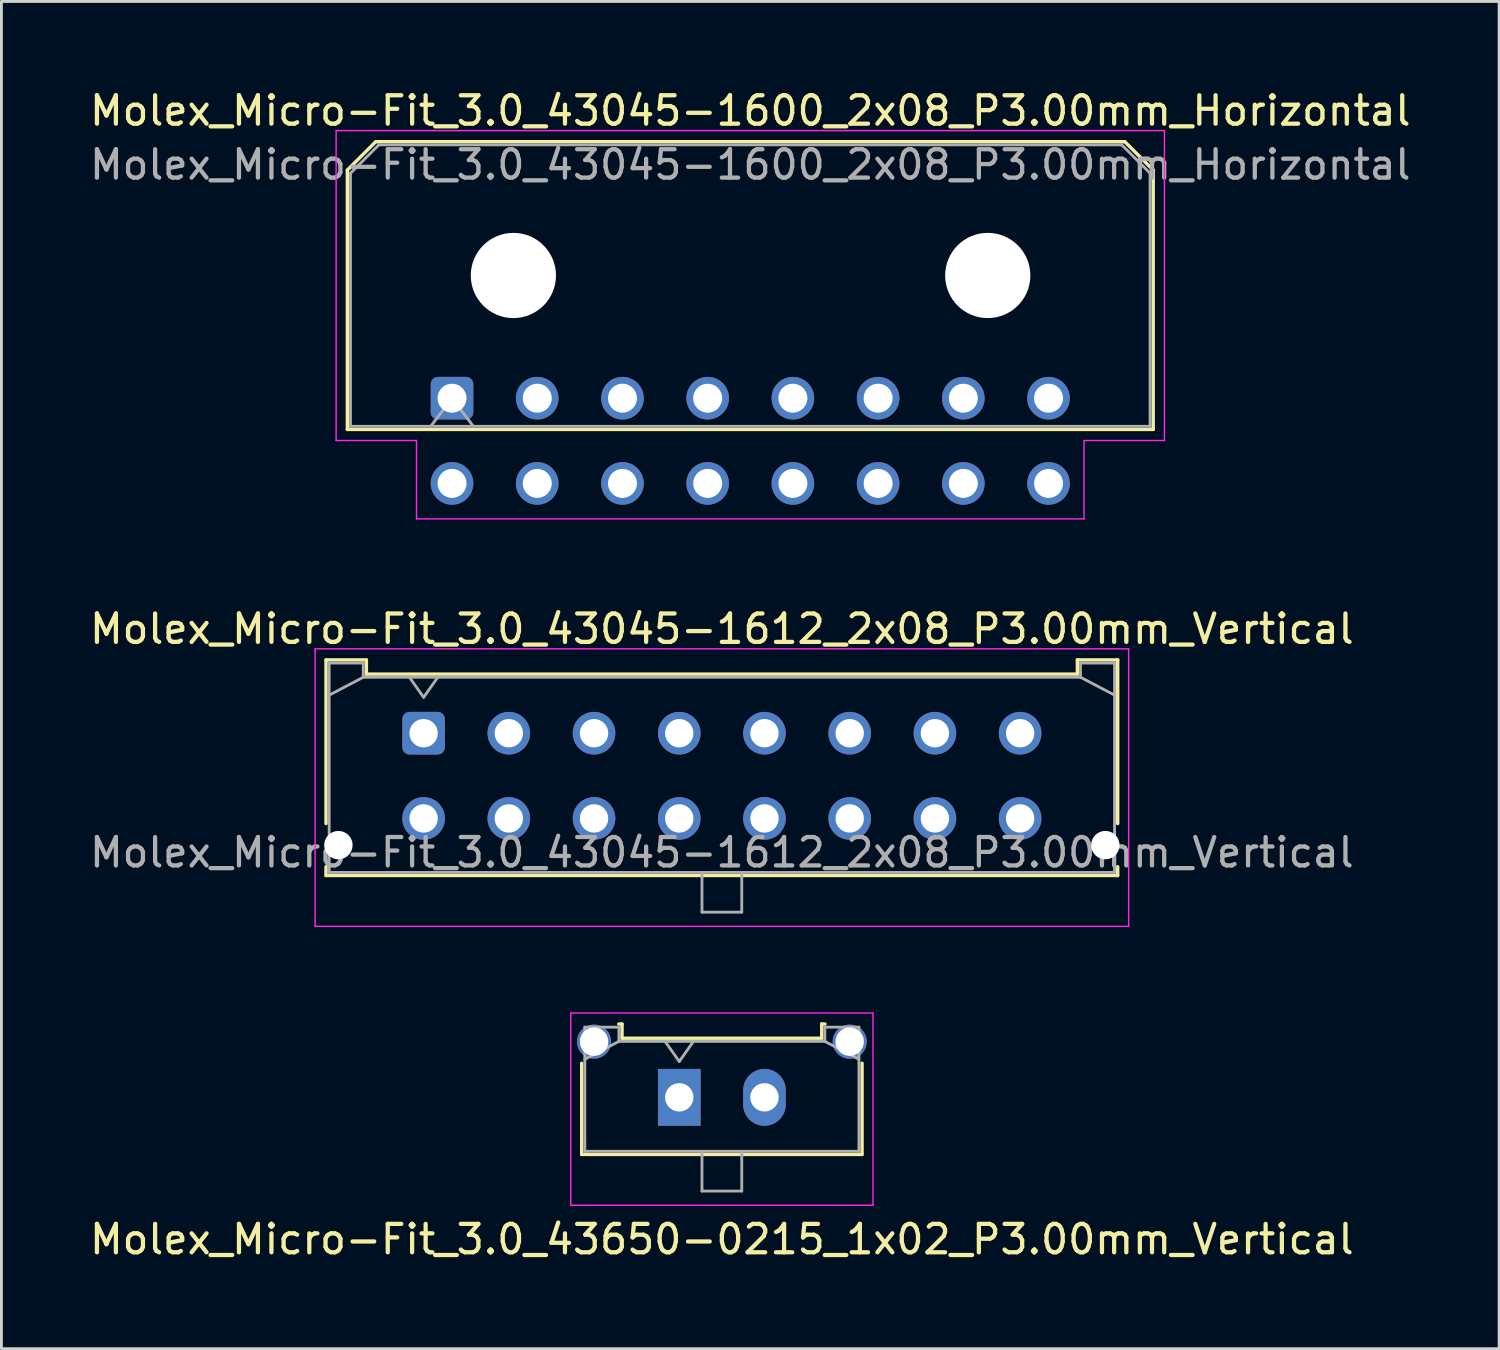
<source format=kicad_pcb>
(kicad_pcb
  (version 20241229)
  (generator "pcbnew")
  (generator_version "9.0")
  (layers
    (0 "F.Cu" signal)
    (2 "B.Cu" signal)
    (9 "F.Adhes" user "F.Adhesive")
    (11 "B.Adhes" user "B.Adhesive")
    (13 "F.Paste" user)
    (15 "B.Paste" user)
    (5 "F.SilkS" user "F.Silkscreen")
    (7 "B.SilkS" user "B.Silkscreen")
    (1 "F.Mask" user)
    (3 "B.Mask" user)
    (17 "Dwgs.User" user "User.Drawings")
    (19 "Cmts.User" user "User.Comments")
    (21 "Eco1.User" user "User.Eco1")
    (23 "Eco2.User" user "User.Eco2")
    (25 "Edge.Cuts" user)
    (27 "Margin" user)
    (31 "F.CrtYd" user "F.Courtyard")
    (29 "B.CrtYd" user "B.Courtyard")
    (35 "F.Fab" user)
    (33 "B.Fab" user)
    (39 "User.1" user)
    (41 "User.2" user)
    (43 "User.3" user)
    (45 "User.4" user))
  (footprint "Molex_Micro-Fit_3.0_43045-1600_2x08_P3.00mm_Horizontal"
    (layer "F.Cu")
    (at 12.863 10.968)
    (property "Reference" "Molex_Micro-Fit_3.0_43045-1600_2x08_P3.00mm_Horizontal" (at 10.5 -10.12 0) (layer "F.SilkS") (effects (font (size 1 1) (thickness 0.15))))
    (attr through_hole)
    (fp_line (start -3.685 -8.03) (end -2.685 -9.03) (stroke (width 0.12) (type solid)) (layer "F.SilkS"))
    (fp_line (start -3.685 1.1) (end -3.685 -8.03) (stroke (width 0.12) (type solid)) (layer "F.SilkS"))
    (fp_line (start -2.685 -9.03) (end 23.685 -9.03) (stroke (width 0.12) (type solid)) (layer "F.SilkS"))
    (fp_line (start 23.685 -9.03) (end 24.685 -8.03) (stroke (width 0.12) (type solid)) (layer "F.SilkS"))
    (fp_line (start 24.685 -8.03) (end 24.685 1.1) (stroke (width 0.12) (type solid)) (layer "F.SilkS"))
    (fp_line (start 24.685 1.1) (end -3.685 1.1) (stroke (width 0.12) (type solid)) (layer "F.SilkS"))
    (fp_line (start -4.08 -9.42) (end 25.08 -9.42) (stroke (width 0.05) (type solid)) (layer "F.CrtYd"))
    (fp_line (start -4.08 1.49) (end -4.08 -9.42) (stroke (width 0.05) (type solid)) (layer "F.CrtYd"))
    (fp_line (start -1.25 1.49) (end -4.08 1.49) (stroke (width 0.05) (type solid)) (layer "F.CrtYd"))
    (fp_line (start -1.25 4.25) (end -1.25 1.49) (stroke (width 0.05) (type solid)) (layer "F.CrtYd"))
    (fp_line (start 22.25 1.49) (end 22.25 4.25) (stroke (width 0.05) (type solid)) (layer "F.CrtYd"))
    (fp_line (start 22.25 4.25) (end -1.25 4.25) (stroke (width 0.05) (type solid)) (layer "F.CrtYd"))
    (fp_line (start 25.08 -9.42) (end 25.08 1.49) (stroke (width 0.05) (type solid)) (layer "F.CrtYd"))
    (fp_line (start 25.08 1.49) (end 22.25 1.49) (stroke (width 0.05) (type solid)) (layer "F.CrtYd"))
    (fp_line (start -3.575 -7.92) (end -2.575 -8.92) (stroke (width 0.1) (type solid)) (layer "F.Fab"))
    (fp_line (start -3.575 0.99) (end -3.575 -7.92) (stroke (width 0.1) (type solid)) (layer "F.Fab"))
    (fp_line (start -2.575 -8.92) (end 23.575 -8.92) (stroke (width 0.1) (type solid)) (layer "F.Fab"))
    (fp_line (start -0.75 0.99) (end 0 0) (stroke (width 0.1) (type solid)) (layer "F.Fab"))
    (fp_line (start 0 0) (end 0.75 0.99) (stroke (width 0.1) (type solid)) (layer "F.Fab"))
    (fp_line (start 23.575 -8.92) (end 24.575 -7.92) (stroke (width 0.1) (type solid)) (layer "F.Fab"))
    (fp_line (start 24.575 -7.92) (end 24.575 0.99) (stroke (width 0.1) (type solid)) (layer "F.Fab"))
    (fp_line (start 24.575 0.99) (end -3.575 0.99) (stroke (width 0.1) (type solid)) (layer "F.Fab"))
    (fp_text user "${REFERENCE}" (at 10.5 -8.22 0) (layer "F.Fab") (effects (font (size 1 1) (thickness 0.15))))
    (pad "" np_thru_hole circle (at 2.16 -4.32) (size 3 3) (drill 3) (layers "*.Cu" "*.Mask"))
    (pad "" np_thru_hole circle (at 18.86 -4.32) (size 3 3) (drill 3) (layers "*.Cu" "*.Mask"))
    (pad "1" thru_hole roundrect (at 0 0) (size 1.5 1.5) (drill 1.02) (layers "*.Cu" "*.Mask") (roundrect_rratio 0.167))
    (pad "2" thru_hole circle (at 3 0) (size 1.5 1.5) (drill 1.02) (layers "*.Cu" "*.Mask"))
    (pad "3" thru_hole circle (at 6 0) (size 1.5 1.5) (drill 1.02) (layers "*.Cu" "*.Mask"))
    (pad "4" thru_hole circle (at 9 0) (size 1.5 1.5) (drill 1.02) (layers "*.Cu" "*.Mask"))
    (pad "5" thru_hole circle (at 12 0) (size 1.5 1.5) (drill 1.02) (layers "*.Cu" "*.Mask"))
    (pad "6" thru_hole circle (at 15 0) (size 1.5 1.5) (drill 1.02) (layers "*.Cu" "*.Mask"))
    (pad "7" thru_hole circle (at 18 0) (size 1.5 1.5) (drill 1.02) (layers "*.Cu" "*.Mask"))
    (pad "8" thru_hole circle (at 21 0) (size 1.5 1.5) (drill 1.02) (layers "*.Cu" "*.Mask"))
    (pad "9" thru_hole circle (at 0 3) (size 1.5 1.5) (drill 1.02) (layers "*.Cu" "*.Mask"))
    (pad "10" thru_hole circle (at 3 3) (size 1.5 1.5) (drill 1.02) (layers "*.Cu" "*.Mask"))
    (pad "11" thru_hole circle (at 6 3) (size 1.5 1.5) (drill 1.02) (layers "*.Cu" "*.Mask"))
    (pad "12" thru_hole circle (at 9 3) (size 1.5 1.5) (drill 1.02) (layers "*.Cu" "*.Mask"))
    (pad "13" thru_hole circle (at 12 3) (size 1.5 1.5) (drill 1.02) (layers "*.Cu" "*.Mask"))
    (pad "14" thru_hole circle (at 15 3) (size 1.5 1.5) (drill 1.02) (layers "*.Cu" "*.Mask"))
    (pad "15" thru_hole circle (at 18 3) (size 1.5 1.5) (drill 1.02) (layers "*.Cu" "*.Mask"))
    (pad "16" thru_hole circle (at 21 3) (size 1.5 1.5) (drill 1.02) (layers "*.Cu" "*.Mask")))
  (footprint "Molex_Micro-Fit_3.0_43650-0215_1x02_P3.00mm_Vertical"
    (layer "F.Cu")
    (at 22.363 35.581)
    (property "Reference" "Molex_Micro-Fit_3.0_43650-0215_1x02_P3.00mm_Vertical" (at 0 5 0) (layer "F.SilkS") (effects (font (size 1 1) (thickness 0.15))))
    (attr through_hole)
    (fp_line (start -4.935 -1.2) (end -4.935 2.01) (stroke (width 0.12) (type solid)) (layer "F.SilkS"))
    (fp_line (start -4.935 2.01) (end 4.935 2.01) (stroke (width 0.12) (type solid)) (layer "F.SilkS"))
    (fp_line (start -3.63 -2.58) (end -3.515 -2.58) (stroke (width 0.12) (type solid)) (layer "F.SilkS"))
    (fp_line (start -3.515 -2.58) (end -3.515 -2.08) (stroke (width 0.12) (type solid)) (layer "F.SilkS"))
    (fp_line (start -3.515 -2.08) (end 3.515 -2.08) (stroke (width 0.12) (type solid)) (layer "F.SilkS"))
    (fp_line (start 3.515 -2.58) (end 3.63 -2.58) (stroke (width 0.12) (type solid)) (layer "F.SilkS"))
    (fp_line (start 3.515 -2.08) (end 3.515 -2.58) (stroke (width 0.12) (type solid)) (layer "F.SilkS"))
    (fp_line (start 4.935 2.01) (end 4.935 -1.2) (stroke (width 0.12) (type solid)) (layer "F.SilkS"))
    (fp_line (start -5.32 -2.97) (end 5.32 -2.97) (stroke (width 0.05) (type solid)) (layer "F.CrtYd"))
    (fp_line (start -5.32 3.8) (end -5.32 -2.97) (stroke (width 0.05) (type solid)) (layer "F.CrtYd"))
    (fp_line (start 5.32 -2.97) (end 5.32 3.8) (stroke (width 0.05) (type solid)) (layer "F.CrtYd"))
    (fp_line (start 5.32 3.8) (end -5.32 3.8) (stroke (width 0.05) (type solid)) (layer "F.CrtYd"))
    (fp_line (start -4.825 -2.47) (end -4.825 1.9) (stroke (width 0.1) (type solid)) (layer "F.Fab"))
    (fp_line (start -4.825 -1.34) (end -3.625 -1.97) (stroke (width 0.1) (type solid)) (layer "F.Fab"))
    (fp_line (start -4.825 1.9) (end 4.825 1.9) (stroke (width 0.1) (type solid)) (layer "F.Fab"))
    (fp_line (start -3.625 -2.47) (end -4.825 -2.47) (stroke (width 0.1) (type solid)) (layer "F.Fab"))
    (fp_line (start -3.625 -1.97) (end -3.625 -2.47) (stroke (width 0.1) (type solid)) (layer "F.Fab"))
    (fp_line (start -2 -1.97) (end -1.5 -1.263) (stroke (width 0.1) (type solid)) (layer "F.Fab"))
    (fp_line (start -1.5 -1.263) (end -1 -1.97) (stroke (width 0.1) (type solid)) (layer "F.Fab"))
    (fp_line (start -0.7 1.9) (end -0.7 3.3) (stroke (width 0.1) (type solid)) (layer "F.Fab"))
    (fp_line (start -0.7 3.3) (end 0.7 3.3) (stroke (width 0.1) (type solid)) (layer "F.Fab"))
    (fp_line (start 0.7 3.3) (end 0.7 1.9) (stroke (width 0.1) (type solid)) (layer "F.Fab"))
    (fp_line (start 3.625 -2.47) (end 3.625 -1.97) (stroke (width 0.1) (type solid)) (layer "F.Fab"))
    (fp_line (start 3.625 -1.97) (end -3.625 -1.97) (stroke (width 0.1) (type solid)) (layer "F.Fab"))
    (fp_line (start 4.825 -2.47) (end 3.625 -2.47) (stroke (width 0.1) (type solid)) (layer "F.Fab"))
    (fp_line (start 4.825 -1.34) (end 3.625 -1.97) (stroke (width 0.1) (type solid)) (layer "F.Fab"))
    (fp_line (start 4.825 1.9) (end 4.825 -2.47) (stroke (width 0.1) (type solid)) (layer "F.Fab"))
    (pad "" thru_hole circle (at -4.5 -1.96) (size 1.2 1.2) (drill 1) (layers "*.Cu" "*.Mask"))
    (pad "" thru_hole circle (at 4.5 -1.96) (size 1.2 1.2) (drill 1) (layers "*.Cu" "*.Mask"))
    (pad "1" thru_hole rect (at -1.5 0) (size 1.5 2) (drill 1) (layers "*.Cu" "*.Mask"))
    (pad "2" thru_hole oval (at 1.5 0) (size 1.5 2) (drill 1) (layers "*.Cu" "*.Mask")))
  (footprint "Molex_Micro-Fit_3.0_43045-1612_2x08_P3.00mm_Vertical"
    (layer "F.Cu")
    (at 11.863 22.762)
    (property "Reference" "Molex_Micro-Fit_3.0_43045-1612_2x08_P3.00mm_Vertical" (at 10.5 -3.67 0) (layer "F.SilkS") (effects (font (size 1 1) (thickness 0.15))))
    (attr through_hole)
    (fp_line (start -3.435 -2.58) (end -2.015 -2.58) (stroke (width 0.12) (type solid)) (layer "F.SilkS"))
    (fp_line (start -3.435 3.18) (end -3.435 -2.58) (stroke (width 0.12) (type solid)) (layer "F.SilkS"))
    (fp_line (start -3.435 4.7) (end -3.435 5.01) (stroke (width 0.12) (type solid)) (layer "F.SilkS"))
    (fp_line (start -3.435 5.01) (end 24.435 5.01) (stroke (width 0.12) (type solid)) (layer "F.SilkS"))
    (fp_line (start -2.015 -2.58) (end -2.015 -2.08) (stroke (width 0.12) (type solid)) (layer "F.SilkS"))
    (fp_line (start -2.015 -2.08) (end 23.015 -2.08) (stroke (width 0.12) (type solid)) (layer "F.SilkS"))
    (fp_line (start 23.015 -2.58) (end 24.435 -2.58) (stroke (width 0.12) (type solid)) (layer "F.SilkS"))
    (fp_line (start 23.015 -2.08) (end 23.015 -2.58) (stroke (width 0.12) (type solid)) (layer "F.SilkS"))
    (fp_line (start 24.435 -2.58) (end 24.435 3.18) (stroke (width 0.12) (type solid)) (layer "F.SilkS"))
    (fp_line (start 24.435 5.01) (end 24.435 4.7) (stroke (width 0.12) (type solid)) (layer "F.SilkS"))
    (fp_line (start -3.82 -2.97) (end 24.82 -2.97) (stroke (width 0.05) (type solid)) (layer "F.CrtYd"))
    (fp_line (start -3.82 6.8) (end -3.82 -2.97) (stroke (width 0.05) (type solid)) (layer "F.CrtYd"))
    (fp_line (start 24.82 -2.97) (end 24.82 6.8) (stroke (width 0.05) (type solid)) (layer "F.CrtYd"))
    (fp_line (start 24.82 6.8) (end -3.82 6.8) (stroke (width 0.05) (type solid)) (layer "F.CrtYd"))
    (fp_line (start -3.325 -2.47) (end -3.325 4.9) (stroke (width 0.1) (type solid)) (layer "F.Fab"))
    (fp_line (start -3.325 -1.34) (end -2.125 -1.97) (stroke (width 0.1) (type solid)) (layer "F.Fab"))
    (fp_line (start -3.325 4.9) (end 24.325 4.9) (stroke (width 0.1) (type solid)) (layer "F.Fab"))
    (fp_line (start -2.125 -2.47) (end -3.325 -2.47) (stroke (width 0.1) (type solid)) (layer "F.Fab"))
    (fp_line (start -2.125 -1.97) (end -2.125 -2.47) (stroke (width 0.1) (type solid)) (layer "F.Fab"))
    (fp_line (start -0.5 -1.97) (end 0 -1.263) (stroke (width 0.1) (type solid)) (layer "F.Fab"))
    (fp_line (start 0 -1.263) (end 0.5 -1.97) (stroke (width 0.1) (type solid)) (layer "F.Fab"))
    (fp_line (start 9.8 4.9) (end 9.8 6.3) (stroke (width 0.1) (type solid)) (layer "F.Fab"))
    (fp_line (start 9.8 6.3) (end 11.2 6.3) (stroke (width 0.1) (type solid)) (layer "F.Fab"))
    (fp_line (start 11.2 6.3) (end 11.2 4.9) (stroke (width 0.1) (type solid)) (layer "F.Fab"))
    (fp_line (start 23.125 -2.47) (end 23.125 -1.97) (stroke (width 0.1) (type solid)) (layer "F.Fab"))
    (fp_line (start 23.125 -1.97) (end -2.125 -1.97) (stroke (width 0.1) (type solid)) (layer "F.Fab"))
    (fp_line (start 24.325 -2.47) (end 23.125 -2.47) (stroke (width 0.1) (type solid)) (layer "F.Fab"))
    (fp_line (start 24.325 -1.34) (end 23.125 -1.97) (stroke (width 0.1) (type solid)) (layer "F.Fab"))
    (fp_line (start 24.325 4.9) (end 24.325 -2.47) (stroke (width 0.1) (type solid)) (layer "F.Fab"))
    (fp_text user "${REFERENCE}" (at 10.5 4.2 0) (layer "F.Fab") (effects (font (size 1 1) (thickness 0.15))))
    (pad "" np_thru_hole circle (at -3 3.94) (size 1 1) (drill 1) (layers "*.Cu" "*.Mask"))
    (pad "" np_thru_hole circle (at 24 3.94) (size 1 1) (drill 1) (layers "*.Cu" "*.Mask"))
    (pad "1" thru_hole roundrect (at 0 0) (size 1.5 1.5) (drill 1) (layers "*.Cu" "*.Mask") (roundrect_rratio 0.167))
    (pad "2" thru_hole circle (at 3 0) (size 1.5 1.5) (drill 1) (layers "*.Cu" "*.Mask"))
    (pad "3" thru_hole circle (at 6 0) (size 1.5 1.5) (drill 1) (layers "*.Cu" "*.Mask"))
    (pad "4" thru_hole circle (at 9 0) (size 1.5 1.5) (drill 1) (layers "*.Cu" "*.Mask"))
    (pad "5" thru_hole circle (at 12 0) (size 1.5 1.5) (drill 1) (layers "*.Cu" "*.Mask"))
    (pad "6" thru_hole circle (at 15 0) (size 1.5 1.5) (drill 1) (layers "*.Cu" "*.Mask"))
    (pad "7" thru_hole circle (at 18 0) (size 1.5 1.5) (drill 1) (layers "*.Cu" "*.Mask"))
    (pad "8" thru_hole circle (at 21 0) (size 1.5 1.5) (drill 1) (layers "*.Cu" "*.Mask"))
    (pad "9" thru_hole circle (at 0 3) (size 1.5 1.5) (drill 1) (layers "*.Cu" "*.Mask"))
    (pad "10" thru_hole circle (at 3 3) (size 1.5 1.5) (drill 1) (layers "*.Cu" "*.Mask"))
    (pad "11" thru_hole circle (at 6 3) (size 1.5 1.5) (drill 1) (layers "*.Cu" "*.Mask"))
    (pad "12" thru_hole circle (at 9 3) (size 1.5 1.5) (drill 1) (layers "*.Cu" "*.Mask"))
    (pad "13" thru_hole circle (at 12 3) (size 1.5 1.5) (drill 1) (layers "*.Cu" "*.Mask"))
    (pad "14" thru_hole circle (at 15 3) (size 1.5 1.5) (drill 1) (layers "*.Cu" "*.Mask"))
    (pad "15" thru_hole circle (at 18 3) (size 1.5 1.5) (drill 1) (layers "*.Cu" "*.Mask"))
    (pad "16" thru_hole circle (at 21 3) (size 1.5 1.5) (drill 1) (layers "*.Cu" "*.Mask")))
  (gr_rect
    (start -3 -3)
    (end 49.726 44.43)
    (stroke (width 0.1) (type default))
    (fill no)
    (layer "Edge.Cuts")))
</source>
